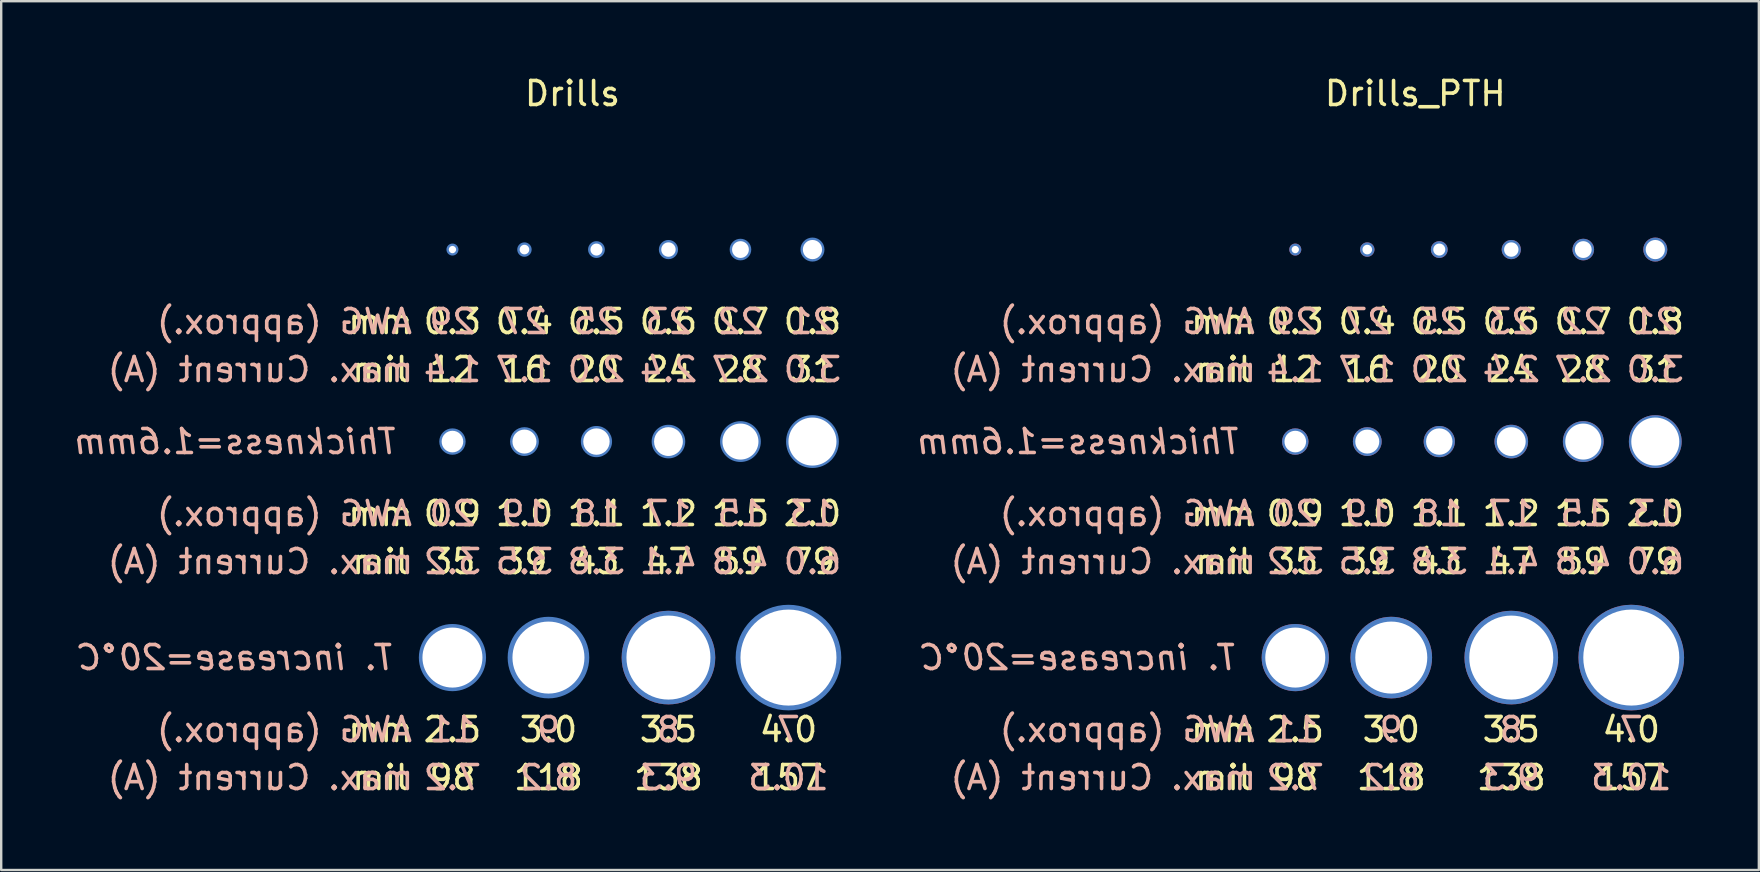
<source format=kicad_pcb>
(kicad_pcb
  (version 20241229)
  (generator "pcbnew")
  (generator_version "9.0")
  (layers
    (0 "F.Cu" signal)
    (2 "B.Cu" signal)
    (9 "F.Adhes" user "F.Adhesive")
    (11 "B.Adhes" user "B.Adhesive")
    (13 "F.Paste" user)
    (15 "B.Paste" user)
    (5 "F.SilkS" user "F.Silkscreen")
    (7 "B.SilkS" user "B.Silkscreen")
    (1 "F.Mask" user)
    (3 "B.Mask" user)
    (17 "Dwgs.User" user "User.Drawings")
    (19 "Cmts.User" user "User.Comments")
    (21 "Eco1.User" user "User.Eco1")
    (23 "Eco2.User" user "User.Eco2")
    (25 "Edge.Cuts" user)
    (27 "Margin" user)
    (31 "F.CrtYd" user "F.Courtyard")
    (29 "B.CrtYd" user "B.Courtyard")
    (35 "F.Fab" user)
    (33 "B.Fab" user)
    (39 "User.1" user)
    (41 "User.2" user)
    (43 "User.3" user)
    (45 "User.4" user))
  (footprint "Drills_PTH"
    (layer "F.Cu")
    (at 55.917 3.348)
    (property "Reference" "Drills_PTH" (at 0 -2.5 0) (layer "F.SilkS") (effects (font (size 1 1) (thickness 0.15))))
    (attr through_hole)
    (fp_text user "98" (at -5 26 0) (layer "F.SilkS") (effects (font (size 1 1) (thickness 0.15))))
    (fp_text user "31" (at 10 9 0) (layer "F.SilkS") (effects (font (size 1 1) (thickness 0.15))))
    (fp_text user "47" (at 4 17 0) (layer "F.SilkS") (effects (font (size 1 1) (thickness 0.15))))
    (fp_text user "2.0" (at 10 15 0) (layer "F.SilkS") (effects (font (size 1 1) (thickness 0.15))))
    (fp_text user "mil" (at -8 9 0) (layer "F.SilkS") (effects (font (size 1 1) (thickness 0.15))))
    (fp_text user "mil" (at -8 17 0) (layer "F.SilkS") (effects (font (size 1 1) (thickness 0.15))))
    (fp_text user "24" (at 4 9 0) (layer "F.SilkS") (effects (font (size 1 1) (thickness 0.15))))
    (fp_text user "2.5" (at -5 24 0) (layer "F.SilkS") (effects (font (size 1 1) (thickness 0.15))))
    (fp_text user "0.6" (at 4 7 0) (layer "F.SilkS") (effects (font (size 1 1) (thickness 0.15))))
    (fp_text user "138" (at 4 26 0) (layer "F.SilkS") (effects (font (size 1 1) (thickness 0.15))))
    (fp_text user "59" (at 7 17 0) (layer "F.SilkS") (effects (font (size 1 1) (thickness 0.15))))
    (fp_text user "3.0" (at -1 24 0) (layer "F.SilkS") (effects (font (size 1 1) (thickness 0.15))))
    (fp_text user "0.9" (at -5 15 0) (layer "F.SilkS") (effects (font (size 1 1) (thickness 0.15))))
    (fp_text user "mm" (at -8 24 0) (layer "F.SilkS") (effects (font (size 1 1) (thickness 0.15))))
    (fp_text user "43" (at 1 17 0) (layer "F.SilkS") (effects (font (size 1 1) (thickness 0.15))))
    (fp_text user "mm" (at -8 7 0) (layer "F.SilkS") (effects (font (size 1 1) (thickness 0.15))))
    (fp_text user "4.0" (at 9 24 0) (layer "F.SilkS") (effects (font (size 1 1) (thickness 0.15))))
    (fp_text user "0.4" (at -2 7 0) (layer "F.SilkS") (effects (font (size 1 1) (thickness 0.15))))
    (fp_text user "0.7" (at 7 7 0) (layer "F.SilkS") (effects (font (size 1 1) (thickness 0.15))))
    (fp_text user "157" (at 9 26 0) (layer "F.SilkS") (effects (font (size 1 1) (thickness 0.15))))
    (fp_text user "20" (at 1 9 0) (layer "F.SilkS") (effects (font (size 1 1) (thickness 0.15))))
    (fp_text user "16" (at -2 9 0) (layer "F.SilkS") (effects (font (size 1 1) (thickness 0.15))))
    (fp_text user "35" (at -5 17 0) (layer "F.SilkS") (effects (font (size 1 1) (thickness 0.15))))
    (fp_text user "0.3" (at -5 7 0) (layer "F.SilkS") (effects (font (size 1 1) (thickness 0.15))))
    (fp_text user "3.5" (at 4 24 0) (layer "F.SilkS") (effects (font (size 1 1) (thickness 0.15))))
    (fp_text user "mm" (at -8 15 0) (layer "F.SilkS") (effects (font (size 1 1) (thickness 0.15))))
    (fp_text user "1.5" (at 7 15 0) (layer "F.SilkS") (effects (font (size 1 1) (thickness 0.15))))
    (fp_text user "0.8" (at 10 7 0) (layer "F.SilkS") (effects (font (size 1 1) (thickness 0.15))))
    (fp_text user "39" (at -2 17 0) (layer "F.SilkS") (effects (font (size 1 1) (thickness 0.15))))
    (fp_text user "1.0" (at -2 15 0) (layer "F.SilkS") (effects (font (size 1 1) (thickness 0.15))))
    (fp_text user "118" (at -1 26 0) (layer "F.SilkS") (effects (font (size 1 1) (thickness 0.15))))
    (fp_text user "mil" (at -8 26 0) (layer "F.SilkS") (effects (font (size 1 1) (thickness 0.15))))
    (fp_text user "79" (at 10 17 0) (layer "F.SilkS") (effects (font (size 1 1) (thickness 0.15))))
    (fp_text user "28" (at 7 9 0) (layer "F.SilkS") (effects (font (size 1 1) (thickness 0.15))))
    (fp_text user "0.5" (at 1 7 0) (layer "F.SilkS") (effects (font (size 1 1) (thickness 0.15))))
    (fp_text user "1.2" (at 4 15 0) (layer "F.SilkS") (effects (font (size 1 1) (thickness 0.15))))
    (fp_text user "12" (at -5 9 0) (layer "F.SilkS") (effects (font (size 1 1) (thickness 0.15))))
    (fp_text user "1.1" (at 1 15 0) (layer "F.SilkS") (effects (font (size 1 1) (thickness 0.15))))
    (fp_text user "Thickness=1.6mm" (at -14 12 0) (layer "B.SilkS") (effects (font (size 1 1) (thickness 0.15) (italic yes)) (justify mirror)))
    (fp_text user "8.2" (at -1 26 0) (layer "B.SilkS") (effects (font (size 1 1) (thickness 0.15)) (justify mirror)))
    (fp_text user "1.4" (at -5 9 0) (layer "B.SilkS") (effects (font (size 1 1) (thickness 0.15)) (justify mirror)))
    (fp_text user "2.7" (at 7 9 0) (layer "B.SilkS") (effects (font (size 1 1) (thickness 0.15)) (justify mirror)))
    (fp_text user "7" (at 9 24 0) (layer "B.SilkS") (effects (font (size 1 1) (thickness 0.15)) (justify mirror)))
    (fp_text user "25" (at 1 7 0) (layer "B.SilkS") (effects (font (size 1 1) (thickness 0.15)) (justify mirror)))
    (fp_text user "7.2" (at -5 26 0) (layer "B.SilkS") (effects (font (size 1 1) (thickness 0.15)) (justify mirror)))
    (fp_text user "23" (at 4 7 0) (layer "B.SilkS") (effects (font (size 1 1) (thickness 0.15)) (justify mirror)))
    (fp_text user "20" (at -5 15 0) (layer "B.SilkS") (effects (font (size 1 1) (thickness 0.15)) (justify mirror)))
    (fp_text user "3.5" (at -2 17 0) (layer "B.SilkS") (effects (font (size 1 1) (thickness 0.15)) (justify mirror)))
    (fp_text user "1.7" (at -2 9 0) (layer "B.SilkS") (effects (font (size 1 1) (thickness 0.15)) (justify mirror)))
    (fp_text user "29" (at -5 7 0) (layer "B.SilkS") (effects (font (size 1 1) (thickness 0.15)) (justify mirror)))
    (fp_text user "3.0" (at 10 9 0) (layer "B.SilkS") (effects (font (size 1 1) (thickness 0.15)) (justify mirror)))
    (fp_text user "13" (at 10 15 0) (layer "B.SilkS") (effects (font (size 1 1) (thickness 0.15)) (justify mirror)))
    (fp_text user "19" (at -2 15 0) (layer "B.SilkS") (effects (font (size 1 1) (thickness 0.15)) (justify mirror)))
    (fp_text user "9.3" (at 4 26 0) (layer "B.SilkS") (effects (font (size 1 1) (thickness 0.15)) (justify mirror)))
    (fp_text user "4.8" (at 7 17 0) (layer "B.SilkS") (effects (font (size 1 1) (thickness 0.15)) (justify mirror)))
    (fp_text user "22" (at 7 7 0) (layer "B.SilkS") (effects (font (size 1 1) (thickness 0.15)) (justify mirror)))
    (fp_text user "9" (at -1 24 0) (layer "B.SilkS") (effects (font (size 1 1) (thickness 0.15)) (justify mirror)))
    (fp_text user "max. Current (A)" (at -13 26 0) (layer "B.SilkS") (effects (font (size 1 1) (thickness 0.15)) (justify mirror)))
    (fp_text user "3.2" (at -5 17 0) (layer "B.SilkS") (effects (font (size 1 1) (thickness 0.15)) (justify mirror)))
    (fp_text user "2.0" (at 1 9 0) (layer "B.SilkS") (effects (font (size 1 1) (thickness 0.15)) (justify mirror)))
    (fp_text user "21" (at 10 7 0) (layer "B.SilkS") (effects (font (size 1 1) (thickness 0.15)) (justify mirror)))
    (fp_text user "17" (at 4 15 0) (layer "B.SilkS") (effects (font (size 1 1) (thickness 0.15)) (justify mirror)))
    (fp_text user "11" (at -5 24 0) (layer "B.SilkS") (effects (font (size 1 1) (thickness 0.15)) (justify mirror)))
    (fp_text user "27" (at -2 7 0) (layer "B.SilkS") (effects (font (size 1 1) (thickness 0.15)) (justify mirror)))
    (fp_text user "AWG (approx.)" (at -12 7 0) (layer "B.SilkS") (effects (font (size 1 1) (thickness 0.15)) (justify mirror)))
    (fp_text user "max. Current (A)" (at -13 17 0) (layer "B.SilkS") (effects (font (size 1 1) (thickness 0.15)) (justify mirror)))
    (fp_text user "T. increase=20°C" (at -14 21 0) (layer "B.SilkS") (effects (font (size 1 1) (thickness 0.15) (italic yes)) (justify mirror)))
    (fp_text user "8" (at 4 24 0) (layer "B.SilkS") (effects (font (size 1 1) (thickness 0.15)) (justify mirror)))
    (fp_text user "10.3" (at 9 26 0) (layer "B.SilkS") (effects (font (size 1 1) (thickness 0.15)) (justify mirror)))
    (fp_text user "2.4" (at 4 9 0) (layer "B.SilkS") (effects (font (size 1 1) (thickness 0.15)) (justify mirror)))
    (fp_text user "4.1" (at 4 17 0) (layer "B.SilkS") (effects (font (size 1 1) (thickness 0.15)) (justify mirror)))
    (fp_text user "15" (at 7 15 0) (layer "B.SilkS") (effects (font (size 1 1) (thickness 0.15)) (justify mirror)))
    (fp_text user "6.0" (at 10 17 0) (layer "B.SilkS") (effects (font (size 1 1) (thickness 0.15)) (justify mirror)))
    (fp_text user "3.8" (at 1 17 0) (layer "B.SilkS") (effects (font (size 1 1) (thickness 0.15)) (justify mirror)))
    (fp_text user "AWG (approx.)" (at -12 15 0) (layer "B.SilkS") (effects (font (size 1 1) (thickness 0.15)) (justify mirror)))
    (fp_text user "max. Current (A)" (at -13 9 0) (layer "B.SilkS") (effects (font (size 1 1) (thickness 0.15)) (justify mirror)))
    (fp_text user "18" (at 1 15 0) (layer "B.SilkS") (effects (font (size 1 1) (thickness 0.15)) (justify mirror)))
    (fp_text user "AWG (approx.)" (at -12 24 0) (layer "B.SilkS") (effects (font (size 1 1) (thickness 0.15)) (justify mirror)))
    (pad "" thru_hole circle (at -5 4) (size 0.5 0.5) (drill 0.305) (layers "*.Cu" "*.Mask"))
    (pad "" thru_hole circle (at -5 12) (size 1.1 1.1) (drill 0.9) (layers "*.Cu" "*.Mask"))
    (pad "" thru_hole circle (at -5 21) (size 2.8 2.8) (drill 2.5) (layers "*.Cu" "*.Mask"))
    (pad "" thru_hole circle (at -2 4) (size 0.6 0.6) (drill 0.4) (layers "*.Cu" "*.Mask"))
    (pad "" thru_hole circle (at -2 12) (size 1.2 1.2) (drill 1) (layers "*.Cu" "*.Mask"))
    (pad "" thru_hole circle (at -1 21) (size 3.4 3.4) (drill 3) (layers "*.Cu" "*.Mask"))
    (pad "" thru_hole circle (at 1 4) (size 0.7 0.7) (drill 0.5) (layers "*.Cu" "*.Mask"))
    (pad "" thru_hole circle (at 1 12) (size 1.3 1.3) (drill 1.1) (layers "*.Cu" "*.Mask"))
    (pad "" thru_hole circle (at 4 4) (size 0.8 0.8) (drill 0.6) (layers "*.Cu" "*.Mask"))
    (pad "" thru_hole circle (at 4 12) (size 1.4 1.4) (drill 1.2) (layers "*.Cu" "*.Mask"))
    (pad "" thru_hole circle (at 4 21) (size 3.9 3.9) (drill 3.5) (layers "*.Cu" "*.Mask"))
    (pad "" thru_hole circle (at 7 4) (size 0.9 0.9) (drill 0.7) (layers "*.Cu" "*.Mask"))
    (pad "" thru_hole circle (at 7 12) (size 1.7 1.7) (drill 1.5) (layers "*.Cu" "*.Mask"))
    (pad "" thru_hole circle (at 9 21) (size 4.4 4.4) (drill 4) (layers "*.Cu" "*.Mask"))
    (pad "" thru_hole circle (at 10 4) (size 1 1) (drill 0.8) (layers "*.Cu" "*.Mask"))
    (pad "" thru_hole circle (at 10 12) (size 2.2 2.2) (drill 2) (layers "*.Cu" "*.Mask")))
  (footprint "Drills"
    (layer "F.Cu")
    (at 20.801 3.348)
    (property "Reference" "Drills" (at 0 -2.5 0) (layer "F.SilkS") (effects (font (size 1 1) (thickness 0.15))))
    (attr through_hole)
    (fp_text user "0.4" (at -2 7 0) (layer "F.SilkS") (effects (font (size 1 1) (thickness 0.15))))
    (fp_text user "3.0" (at -1 24 0) (layer "F.SilkS") (effects (font (size 1 1) (thickness 0.15))))
    (fp_text user "12" (at -5 9 0) (layer "F.SilkS") (effects (font (size 1 1) (thickness 0.15))))
    (fp_text user "2.5" (at -5 24 0) (layer "F.SilkS") (effects (font (size 1 1) (thickness 0.15))))
    (fp_text user "1.1" (at 1 15 0) (layer "F.SilkS") (effects (font (size 1 1) (thickness 0.15))))
    (fp_text user "79" (at 10 17 0) (layer "F.SilkS") (effects (font (size 1 1) (thickness 0.15))))
    (fp_text user "20" (at 1 9 0) (layer "F.SilkS") (effects (font (size 1 1) (thickness 0.15))))
    (fp_text user "1.2" (at 4 15 0) (layer "F.SilkS") (effects (font (size 1 1) (thickness 0.15))))
    (fp_text user "mm" (at -8 7 0) (layer "F.SilkS") (effects (font (size 1 1) (thickness 0.15))))
    (fp_text user "24" (at 4 9 0) (layer "F.SilkS") (effects (font (size 1 1) (thickness 0.15))))
    (fp_text user "43" (at 1 17 0) (layer "F.SilkS") (effects (font (size 1 1) (thickness 0.15))))
    (fp_text user "59" (at 7 17 0) (layer "F.SilkS") (effects (font (size 1 1) (thickness 0.15))))
    (fp_text user "4.0" (at 9 24 0) (layer "F.SilkS") (effects (font (size 1 1) (thickness 0.15))))
    (fp_text user "1.5" (at 7 15 0) (layer "F.SilkS") (effects (font (size 1 1) (thickness 0.15))))
    (fp_text user "mil" (at -8 17 0) (layer "F.SilkS") (effects (font (size 1 1) (thickness 0.15))))
    (fp_text user "39" (at -2 17 0) (layer "F.SilkS") (effects (font (size 1 1) (thickness 0.15))))
    (fp_text user "28" (at 7 9 0) (layer "F.SilkS") (effects (font (size 1 1) (thickness 0.15))))
    (fp_text user "0.6" (at 4 7 0) (layer "F.SilkS") (effects (font (size 1 1) (thickness 0.15))))
    (fp_text user "16" (at -2 9 0) (layer "F.SilkS") (effects (font (size 1 1) (thickness 0.15))))
    (fp_text user "3.5" (at 4 24 0) (layer "F.SilkS") (effects (font (size 1 1) (thickness 0.15))))
    (fp_text user "47" (at 4 17 0) (layer "F.SilkS") (effects (font (size 1 1) (thickness 0.15))))
    (fp_text user "1.0" (at -2 15 0) (layer "F.SilkS") (effects (font (size 1 1) (thickness 0.15))))
    (fp_text user "157" (at 9 26 0) (layer "F.SilkS") (effects (font (size 1 1) (thickness 0.15))))
    (fp_text user "118" (at -1 26 0) (layer "F.SilkS") (effects (font (size 1 1) (thickness 0.15))))
    (fp_text user "mil" (at -8 9 0) (layer "F.SilkS") (effects (font (size 1 1) (thickness 0.15))))
    (fp_text user "0.7" (at 7 7 0) (layer "F.SilkS") (effects (font (size 1 1) (thickness 0.15))))
    (fp_text user "31" (at 10 9 0) (layer "F.SilkS") (effects (font (size 1 1) (thickness 0.15))))
    (fp_text user "35" (at -5 17 0) (layer "F.SilkS") (effects (font (size 1 1) (thickness 0.15))))
    (fp_text user "0.8" (at 10 7 0) (layer "F.SilkS") (effects (font (size 1 1) (thickness 0.15))))
    (fp_text user "0.9" (at -5 15 0) (layer "F.SilkS") (effects (font (size 1 1) (thickness 0.15))))
    (fp_text user "2.0" (at 10 15 0) (layer "F.SilkS") (effects (font (size 1 1) (thickness 0.15))))
    (fp_text user "mil" (at -8 26 0) (layer "F.SilkS") (effects (font (size 1 1) (thickness 0.15))))
    (fp_text user "mm" (at -8 24 0) (layer "F.SilkS") (effects (font (size 1 1) (thickness 0.15))))
    (fp_text user "0.5" (at 1 7 0) (layer "F.SilkS") (effects (font (size 1 1) (thickness 0.15))))
    (fp_text user "98" (at -5 26 0) (layer "F.SilkS") (effects (font (size 1 1) (thickness 0.15))))
    (fp_text user "mm" (at -8 15 0) (layer "F.SilkS") (effects (font (size 1 1) (thickness 0.15))))
    (fp_text user "0.3" (at -5 7 0) (layer "F.SilkS") (effects (font (size 1 1) (thickness 0.15))))
    (fp_text user "138" (at 4 26 0) (layer "F.SilkS") (effects (font (size 1 1) (thickness 0.15))))
    (fp_text user "3.5" (at -2 17 0) (layer "B.SilkS") (effects (font (size 1 1) (thickness 0.15)) (justify mirror)))
    (fp_text user "AWG (approx.)" (at -12 15 0) (layer "B.SilkS") (effects (font (size 1 1) (thickness 0.15)) (justify mirror)))
    (fp_text user "7.2" (at -5 26 0) (layer "B.SilkS") (effects (font (size 1 1) (thickness 0.15)) (justify mirror)))
    (fp_text user "3.8" (at 1 17 0) (layer "B.SilkS") (effects (font (size 1 1) (thickness 0.15)) (justify mirror)))
    (fp_text user "6.0" (at 10 17 0) (layer "B.SilkS") (effects (font (size 1 1) (thickness 0.15)) (justify mirror)))
    (fp_text user "1.7" (at -2 9 0) (layer "B.SilkS") (effects (font (size 1 1) (thickness 0.15)) (justify mirror)))
    (fp_text user "8" (at 4 24 0) (layer "B.SilkS") (effects (font (size 1 1) (thickness 0.15)) (justify mirror)))
    (fp_text user "17" (at 4 15 0) (layer "B.SilkS") (effects (font (size 1 1) (thickness 0.15)) (justify mirror)))
    (fp_text user "13" (at 10 15 0) (layer "B.SilkS") (effects (font (size 1 1) (thickness 0.15)) (justify mirror)))
    (fp_text user "3.2" (at -5 17 0) (layer "B.SilkS") (effects (font (size 1 1) (thickness 0.15)) (justify mirror)))
    (fp_text user "max. Current (A)" (at -13 26 0) (layer "B.SilkS") (effects (font (size 1 1) (thickness 0.15)) (justify mirror)))
    (fp_text user "max. Current (A)" (at -13 9 0) (layer "B.SilkS") (effects (font (size 1 1) (thickness 0.15)) (justify mirror)))
    (fp_text user "15" (at 7 15 0) (layer "B.SilkS") (effects (font (size 1 1) (thickness 0.15)) (justify mirror)))
    (fp_text user "4.1" (at 4 17 0) (layer "B.SilkS") (effects (font (size 1 1) (thickness 0.15)) (justify mirror)))
    (fp_text user "22" (at 7 7 0) (layer "B.SilkS") (effects (font (size 1 1) (thickness 0.15)) (justify mirror)))
    (fp_text user "11" (at -5 24 0) (layer "B.SilkS") (effects (font (size 1 1) (thickness 0.15)) (justify mirror)))
    (fp_text user "max. Current (A)" (at -13 17 0) (layer "B.SilkS") (effects (font (size 1 1) (thickness 0.15)) (justify mirror)))
    (fp_text user "3.0" (at 10 9 0) (layer "B.SilkS") (effects (font (size 1 1) (thickness 0.15)) (justify mirror)))
    (fp_text user "Thickness=1.6mm" (at -14 12 0) (layer "B.SilkS") (effects (font (size 1 1) (thickness 0.15) (italic yes)) (justify mirror)))
    (fp_text user "23" (at 4 7 0) (layer "B.SilkS") (effects (font (size 1 1) (thickness 0.15)) (justify mirror)))
    (fp_text user "20" (at -5 15 0) (layer "B.SilkS") (effects (font (size 1 1) (thickness 0.15)) (justify mirror)))
    (fp_text user "1.4" (at -5 9 0) (layer "B.SilkS") (effects (font (size 1 1) (thickness 0.15)) (justify mirror)))
    (fp_text user "2.7" (at 7 9 0) (layer "B.SilkS") (effects (font (size 1 1) (thickness 0.15)) (justify mirror)))
    (fp_text user "2.4" (at 4 9 0) (layer "B.SilkS") (effects (font (size 1 1) (thickness 0.15)) (justify mirror)))
    (fp_text user "19" (at -2 15 0) (layer "B.SilkS") (effects (font (size 1 1) (thickness 0.15)) (justify mirror)))
    (fp_text user "8.2" (at -1 26 0) (layer "B.SilkS") (effects (font (size 1 1) (thickness 0.15)) (justify mirror)))
    (fp_text user "29" (at -5 7 0) (layer "B.SilkS") (effects (font (size 1 1) (thickness 0.15)) (justify mirror)))
    (fp_text user "9" (at -1 24 0) (layer "B.SilkS") (effects (font (size 1 1) (thickness 0.15)) (justify mirror)))
    (fp_text user "21" (at 10 7 0) (layer "B.SilkS") (effects (font (size 1 1) (thickness 0.15)) (justify mirror)))
    (fp_text user "4.8" (at 7 17 0) (layer "B.SilkS") (effects (font (size 1 1) (thickness 0.15)) (justify mirror)))
    (fp_text user "T. increase=20°C" (at -14 21 0) (layer "B.SilkS") (effects (font (size 1 1) (thickness 0.15) (italic yes)) (justify mirror)))
    (fp_text user "9.3" (at 4 26 0) (layer "B.SilkS") (effects (font (size 1 1) (thickness 0.15)) (justify mirror)))
    (fp_text user "18" (at 1 15 0) (layer "B.SilkS") (effects (font (size 1 1) (thickness 0.15)) (justify mirror)))
    (fp_text user "25" (at 1 7 0) (layer "B.SilkS") (effects (font (size 1 1) (thickness 0.15)) (justify mirror)))
    (fp_text user "7" (at 9 24 0) (layer "B.SilkS") (effects (font (size 1 1) (thickness 0.15)) (justify mirror)))
    (fp_text user "10.3" (at 9 26 0) (layer "B.SilkS") (effects (font (size 1 1) (thickness 0.15)) (justify mirror)))
    (fp_text user "AWG (approx.)" (at -12 24 0) (layer "B.SilkS") (effects (font (size 1 1) (thickness 0.15)) (justify mirror)))
    (fp_text user "2.0" (at 1 9 0) (layer "B.SilkS") (effects (font (size 1 1) (thickness 0.15)) (justify mirror)))
    (fp_text user "AWG (approx.)" (at -12 7 0) (layer "B.SilkS") (effects (font (size 1 1) (thickness 0.15)) (justify mirror)))
    (fp_text user "27" (at -2 7 0) (layer "B.SilkS") (effects (font (size 1 1) (thickness 0.15)) (justify mirror)))
    (pad "" np_thru_hole circle (at -5 4) (size 0.5 0.5) (drill 0.305) (layers "B.Cu" "B.Mask"))
    (pad "" np_thru_hole circle (at -5 12) (size 1.1 1.1) (drill 0.9) (layers "B.Cu" "B.Mask"))
    (pad "" np_thru_hole circle (at -5 21) (size 2.8 2.8) (drill 2.5) (layers "B.Cu" "B.Mask"))
    (pad "" np_thru_hole circle (at -2 4) (size 0.6 0.6) (drill 0.4) (layers "B.Cu" "B.Mask"))
    (pad "" np_thru_hole circle (at -2 12) (size 1.2 1.2) (drill 1) (layers "B.Cu" "B.Mask"))
    (pad "" np_thru_hole circle (at -1 21) (size 3.4 3.4) (drill 3) (layers "B.Cu" "B.Mask"))
    (pad "" np_thru_hole circle (at 1 4) (size 0.7 0.7) (drill 0.5) (layers "B.Cu" "B.Mask"))
    (pad "" np_thru_hole circle (at 1 12) (size 1.3 1.3) (drill 1.1) (layers "B.Cu" "B.Mask"))
    (pad "" np_thru_hole circle (at 4 4) (size 0.8 0.8) (drill 0.6) (layers "B.Cu" "B.Mask"))
    (pad "" np_thru_hole circle (at 4 12) (size 1.4 1.4) (drill 1.2) (layers "B.Cu" "B.Mask"))
    (pad "" thru_hole circle (at 4 21) (size 3.9 3.9) (drill 3.5) (layers "*.Cu" "*.Mask"))
    (pad "" np_thru_hole circle (at 7 4) (size 0.9 0.9) (drill 0.7) (layers "B.Cu" "B.Mask"))
    (pad "" np_thru_hole circle (at 7 12) (size 1.7 1.7) (drill 1.5) (layers "B.Cu" "B.Mask"))
    (pad "" np_thru_hole circle (at 9 21) (size 4.4 4.4) (drill 4) (layers "B.Cu" "B.Mask"))
    (pad "" np_thru_hole circle (at 10 4) (size 1 1) (drill 0.8) (layers "B.Cu" "B.Mask"))
    (pad "" np_thru_hole circle (at 10 12) (size 2.2 2.2) (drill 2) (layers "B.Cu" "B.Mask")))
  (gr_rect
    (start -3 -3)
    (end 70.232 33.197)
    (stroke (width 0.1) (type default))
    (fill no)
    (layer "Edge.Cuts")))
</source>
